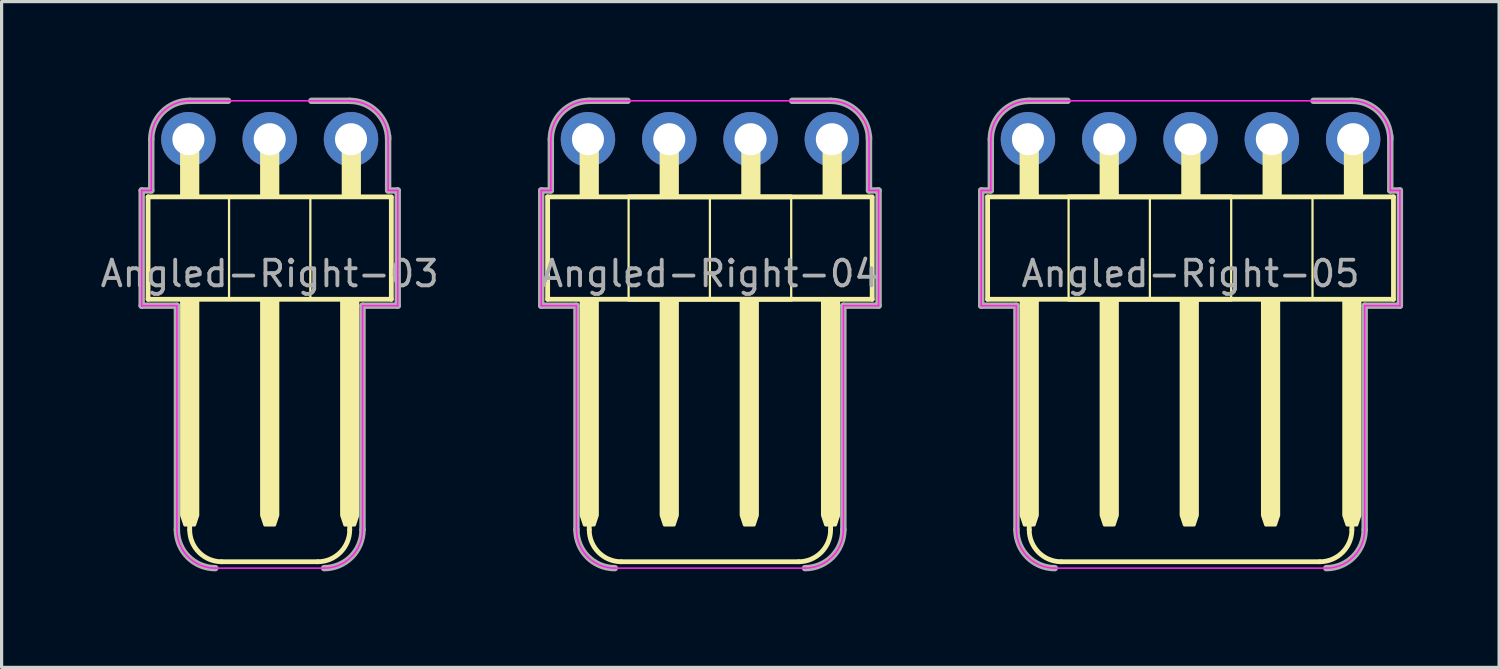
<source format=kicad_pcb>
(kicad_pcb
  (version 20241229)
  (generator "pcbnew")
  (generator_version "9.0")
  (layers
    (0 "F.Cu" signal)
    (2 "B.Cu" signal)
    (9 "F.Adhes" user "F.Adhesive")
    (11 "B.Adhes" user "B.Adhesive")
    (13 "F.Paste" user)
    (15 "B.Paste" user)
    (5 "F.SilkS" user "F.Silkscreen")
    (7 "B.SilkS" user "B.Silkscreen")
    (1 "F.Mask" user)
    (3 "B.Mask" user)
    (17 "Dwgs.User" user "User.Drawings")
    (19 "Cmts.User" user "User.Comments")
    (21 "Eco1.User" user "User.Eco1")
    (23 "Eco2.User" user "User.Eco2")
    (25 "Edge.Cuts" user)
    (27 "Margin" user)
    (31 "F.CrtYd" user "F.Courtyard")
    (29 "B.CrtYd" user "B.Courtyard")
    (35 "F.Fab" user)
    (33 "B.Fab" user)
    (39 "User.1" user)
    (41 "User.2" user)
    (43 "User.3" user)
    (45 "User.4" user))
  (footprint "Angled-Right-04"
    (layer "F.Cu")
    (at 19.129 1.3)
    (property "Reference" "Angled-Right-04" (at 0 4.2 180) (layer "F.Fab") (effects (font (size 0.8 0.8) (thickness 0.12))))
    (attr through_hole)
    (fp_line (start -5.07 1.8) (end -5.07 5) (stroke (width 0.15) (type solid)) (layer "F.SilkS"))
    (fp_line (start -5.07 1.8) (end 2.53 1.8) (stroke (width 0.15) (type solid)) (layer "F.SilkS"))
    (fp_line (start -5.07 5) (end 2.53 5) (stroke (width 0.15) (type solid)) (layer "F.SilkS"))
    (fp_line (start -3.77 5) (end -3.77 12.2) (stroke (width 0.15) (type solid)) (layer "F.SilkS"))
    (fp_line (start -2.77 13.2) (end 2.77 13.2) (stroke (width 0.15) (type solid)) (layer "F.SilkS"))
    (fp_line (start -2.54 1.8) (end -2.54 5) (stroke (width 0.07) (type solid)) (layer "F.SilkS"))
    (fp_line (start -2.53 1.8) (end 5.07 1.8) (stroke (width 0.15) (type solid)) (layer "F.SilkS"))
    (fp_line (start -2.53 5) (end 5.07 5) (stroke (width 0.15) (type solid)) (layer "F.SilkS"))
    (fp_line (start 0 1.8) (end 0 5) (stroke (width 0.07) (type solid)) (layer "F.SilkS"))
    (fp_line (start 2.54 1.8) (end 2.54 5) (stroke (width 0.07) (type solid)) (layer "F.SilkS"))
    (fp_line (start 3.77 5) (end 3.77 12.2) (stroke (width 0.15) (type solid)) (layer "F.SilkS"))
    (fp_line (start 5.07 1.831) (end 5.07 5) (stroke (width 0.15) (type solid)) (layer "F.SilkS"))
    (fp_arc (start -2.77 13.2) (mid -3.477107 12.907107) (end -3.77 12.2) (stroke (width 0.15) (type solid)) (layer "F.SilkS"))
    (fp_arc (start 3.77 12.2) (mid 3.477107 12.907107) (end 2.77 13.2) (stroke (width 0.15) (type solid)) (layer "F.SilkS"))
    (fp_poly (pts (xy -3.52 0) (xy -3.52 1.75) (xy -4.02 1.75) (xy -4.02 0) (xy -3.87 -0.15) (xy -3.67 -0.15)) (stroke (width 0.1) (type solid)) (fill yes) (layer "F.SilkS"))
    (fp_poly (pts (xy -3.52 11.75) (xy -3.62 12.05) (xy -3.92 12.05) (xy -4.02 11.75) (xy -4.02 5) (xy -3.52 5)) (stroke (width 0.1) (type solid)) (fill yes) (layer "F.SilkS"))
    (fp_poly (pts (xy -1.02 0.05) (xy -1.02 1.8) (xy -1.52 1.8) (xy -1.52 0.05) (xy -1.37 -0.1) (xy -1.17 -0.1)) (stroke (width 0.1) (type solid)) (fill yes) (layer "F.SilkS"))
    (fp_poly (pts (xy -1.02 11.75) (xy -1.12 12.05) (xy -1.42 12.05) (xy -1.52 11.75) (xy -1.52 5) (xy -1.02 5)) (stroke (width 0.1) (type solid)) (fill yes) (layer "F.SilkS"))
    (fp_poly (pts (xy 1.48 11.75) (xy 1.38 12.05) (xy 1.08 12.05) (xy 0.98 11.75) (xy 0.98 5) (xy 1.48 5)) (stroke (width 0.1) (type solid)) (fill yes) (layer "F.SilkS"))
    (fp_poly (pts (xy 1.53 0.05) (xy 1.53 1.8) (xy 1.03 1.8) (xy 1.03 0.05) (xy 1.18 -0.1) (xy 1.38 -0.1)) (stroke (width 0.1) (type solid)) (fill yes) (layer "F.SilkS"))
    (fp_poly (pts (xy 4.02 11.75) (xy 3.92 12.05) (xy 3.62 12.05) (xy 3.52 11.75) (xy 3.52 5) (xy 4.02 5)) (stroke (width 0.1) (type solid)) (fill yes) (layer "F.SilkS"))
    (fp_poly (pts (xy 4.07 0.05) (xy 4.07 1.8) (xy 3.57 1.8) (xy 3.57 0.05) (xy 3.72 -0.1) (xy 3.92 -0.1)) (stroke (width 0.1) (type solid)) (fill yes) (layer "F.SilkS"))
    (fp_line (start -5.27 5.2) (end -5.27 1.6) (stroke (width 0.05) (type solid)) (layer "F.CrtYd"))
    (fp_line (start -4.97 0) (end -4.97 1.6) (stroke (width 0.05) (type solid)) (layer "F.CrtYd"))
    (fp_line (start -4.97 1.6) (end -5.27 1.6) (stroke (width 0.05) (type solid)) (layer "F.CrtYd"))
    (fp_line (start -4.17 5.2) (end -5.27 5.2) (stroke (width 0.05) (type solid)) (layer "F.CrtYd"))
    (fp_line (start -4.17 5.2) (end -4.17 12.2) (stroke (width 0.05) (type solid)) (layer "F.CrtYd"))
    (fp_line (start -3.77 -1.2) (end 3.8 -1.2) (stroke (width 0.05) (type solid)) (layer "F.CrtYd"))
    (fp_line (start 2.97 13.4) (end -2.97 13.4) (stroke (width 0.05) (type solid)) (layer "F.CrtYd"))
    (fp_line (start 4.17 5.2) (end 4.17 12.2) (stroke (width 0.05) (type solid)) (layer "F.CrtYd"))
    (fp_line (start 4.97 1.6) (end 4.97 0) (stroke (width 0.05) (type solid)) (layer "F.CrtYd"))
    (fp_line (start 5.27 1.6) (end 4.97 1.6) (stroke (width 0.05) (type solid)) (layer "F.CrtYd"))
    (fp_line (start 5.27 5.2) (end 4.17 5.2) (stroke (width 0.05) (type solid)) (layer "F.CrtYd"))
    (fp_line (start 5.27 5.2) (end 5.27 1.6) (stroke (width 0.05) (type solid)) (layer "F.CrtYd"))
    (fp_arc (start -4.97 0) (mid -4.618528 -0.848528) (end -3.77 -1.2) (stroke (width 0.05) (type solid)) (layer "F.CrtYd"))
    (fp_arc (start -2.97 13.4) (mid -3.818528 13.048528) (end -4.17 12.2) (stroke (width 0.05) (type solid)) (layer "F.CrtYd"))
    (fp_arc (start 3.77 -1.2) (mid 4.618528 -0.848528) (end 4.97 0) (stroke (width 0.05) (type solid)) (layer "F.CrtYd"))
    (fp_arc (start 4.17 12.2) (mid 3.818528 13.048528) (end 2.97 13.4) (stroke (width 0.05) (type solid)) (layer "F.CrtYd"))
    (fp_line (start -5.27 1.6) (end -5.27 5.2) (stroke (width 0.2) (type solid)) (layer "F.Fab"))
    (fp_line (start -5.27 1.6) (end -4.97 1.6) (stroke (width 0.2) (type solid)) (layer "F.Fab"))
    (fp_line (start -5.27 5.2) (end -4.17 5.2) (stroke (width 0.2) (type solid)) (layer "F.Fab"))
    (fp_line (start -4.97 0) (end -4.97 1.6) (stroke (width 0.2) (type solid)) (layer "F.Fab"))
    (fp_line (start -4.17 5.2) (end -4.17 12.2) (stroke (width 0.2) (type solid)) (layer "F.Fab"))
    (fp_line (start -3.77 -1.2) (end -2.57 -1.2) (stroke (width 0.2) (type solid)) (layer "F.Fab"))
    (fp_line (start 2.57 -1.2) (end 3.77 -1.2) (stroke (width 0.2) (type solid)) (layer "F.Fab"))
    (fp_line (start 4.17 5.2) (end 4.17 12.2) (stroke (width 0.2) (type solid)) (layer "F.Fab"))
    (fp_line (start 4.17 5.2) (end 5.27 5.2) (stroke (width 0.2) (type solid)) (layer "F.Fab"))
    (fp_line (start 4.97 -0.1) (end 4.97 1.6) (stroke (width 0.2) (type solid)) (layer "F.Fab"))
    (fp_line (start 4.97 1.6) (end 5.27 1.6) (stroke (width 0.2) (type solid)) (layer "F.Fab"))
    (fp_line (start 5.27 1.6) (end 5.27 5.2) (stroke (width 0.2) (type solid)) (layer "F.Fab"))
    (fp_arc (start -4.97 0) (mid -4.618528 -0.848528) (end -3.77 -1.2) (stroke (width 0.2) (type solid)) (layer "F.Fab"))
    (fp_arc (start -2.97 13.4) (mid -3.818528 13.048528) (end -4.17 12.2) (stroke (width 0.2) (type solid)) (layer "F.Fab"))
    (fp_arc (start 3.77 -1.2) (mid 4.618528 -0.848528) (end 4.97 0) (stroke (width 0.2) (type solid)) (layer "F.Fab"))
    (fp_arc (start 4.17 12.2) (mid 3.818528 13.048528) (end 2.97 13.4) (stroke (width 0.2) (type solid)) (layer "F.Fab"))
    (pad "1" thru_hole circle (at -3.81 0 90) (size 1.7 1.7) (drill 1) (layers "*.Cu" "*.Mask"))
    (pad "2" thru_hole circle (at -1.27 0 90) (size 1.7 1.7) (drill 1) (layers "*.Cu" "*.Mask"))
    (pad "3" thru_hole circle (at 1.27 0 90) (size 1.7 1.7) (drill 1) (layers "*.Cu" "*.Mask"))
    (pad "4" thru_hole circle (at 3.81 0 90) (size 1.7 1.7) (drill 1) (layers "*.Cu" "*.Mask")))
  (footprint "Angled-Right-03"
    (layer "F.Cu")
    (at 5.376 1.3)
    (property "Reference" "Angled-Right-03" (at 0 4.2 180) (layer "F.Fab") (effects (font (size 0.8 0.8) (thickness 0.12))))
    (attr through_hole)
    (fp_line (start -3.8 1.8) (end -3.8 5) (stroke (width 0.15) (type solid)) (layer "F.SilkS"))
    (fp_line (start -3.8 1.8) (end 3.8 1.8) (stroke (width 0.15) (type solid)) (layer "F.SilkS"))
    (fp_line (start -3.8 5) (end 3.8 5) (stroke (width 0.15) (type solid)) (layer "F.SilkS"))
    (fp_line (start -2.5 5) (end -2.5 12.2) (stroke (width 0.15) (type solid)) (layer "F.SilkS"))
    (fp_line (start -1.5 13.2) (end 1.5 13.2) (stroke (width 0.15) (type solid)) (layer "F.SilkS"))
    (fp_line (start -1.27 1.8) (end -1.27 5) (stroke (width 0.07) (type solid)) (layer "F.SilkS"))
    (fp_line (start 1.27 1.8) (end 1.27 5) (stroke (width 0.07) (type solid)) (layer "F.SilkS"))
    (fp_line (start 2.5 5) (end 2.5 12.2) (stroke (width 0.15) (type solid)) (layer "F.SilkS"))
    (fp_line (start 3.8 1.831) (end 3.8 5) (stroke (width 0.15) (type solid)) (layer "F.SilkS"))
    (fp_arc (start -1.5 13.2) (mid -2.207107 12.907107) (end -2.5 12.2) (stroke (width 0.15) (type solid)) (layer "F.SilkS"))
    (fp_arc (start 2.5 12.2) (mid 2.207107 12.907107) (end 1.5 13.2) (stroke (width 0.15) (type solid)) (layer "F.SilkS"))
    (fp_poly (pts (xy -2.25 0) (xy -2.25 1.75) (xy -2.75 1.75) (xy -2.75 0) (xy -2.6 -0.15) (xy -2.4 -0.15)) (stroke (width 0.1) (type solid)) (fill yes) (layer "F.SilkS"))
    (fp_poly (pts (xy -2.25 11.75) (xy -2.35 12.05) (xy -2.65 12.05) (xy -2.75 11.75) (xy -2.75 5) (xy -2.25 5)) (stroke (width 0.1) (type solid)) (fill yes) (layer "F.SilkS"))
    (fp_poly (pts (xy 0.25 0.05) (xy 0.25 1.8) (xy -0.25 1.8) (xy -0.25 0.05) (xy -0.1 -0.1) (xy 0.1 -0.1)) (stroke (width 0.1) (type solid)) (fill yes) (layer "F.SilkS"))
    (fp_poly (pts (xy 0.25 11.75) (xy 0.15 12.05) (xy -0.15 12.05) (xy -0.25 11.75) (xy -0.25 5) (xy 0.25 5)) (stroke (width 0.1) (type solid)) (fill yes) (layer "F.SilkS"))
    (fp_poly (pts (xy 2.75 11.75) (xy 2.65 12.05) (xy 2.35 12.05) (xy 2.25 11.75) (xy 2.25 5) (xy 2.75 5)) (stroke (width 0.1) (type solid)) (fill yes) (layer "F.SilkS"))
    (fp_poly (pts (xy 2.8 0.05) (xy 2.8 1.8) (xy 2.3 1.8) (xy 2.3 0.05) (xy 2.45 -0.1) (xy 2.65 -0.1)) (stroke (width 0.1) (type solid)) (fill yes) (layer "F.SilkS"))
    (fp_line (start -4 5.2) (end -4 1.6) (stroke (width 0.05) (type solid)) (layer "F.CrtYd"))
    (fp_line (start -3.7 0) (end -3.7 1.6) (stroke (width 0.05) (type solid)) (layer "F.CrtYd"))
    (fp_line (start -3.7 1.6) (end -4 1.6) (stroke (width 0.05) (type solid)) (layer "F.CrtYd"))
    (fp_line (start -2.9 5.2) (end -4 5.2) (stroke (width 0.05) (type solid)) (layer "F.CrtYd"))
    (fp_line (start -2.9 5.2) (end -2.9 12.2) (stroke (width 0.05) (type solid)) (layer "F.CrtYd"))
    (fp_line (start -2.5 -1.2) (end 2.5 -1.2) (stroke (width 0.05) (type solid)) (layer "F.CrtYd"))
    (fp_line (start 1.7 13.4) (end -1.7 13.4) (stroke (width 0.05) (type solid)) (layer "F.CrtYd"))
    (fp_line (start 2.9 5.2) (end 2.9 12.2) (stroke (width 0.05) (type solid)) (layer "F.CrtYd"))
    (fp_line (start 3.7 1.6) (end 3.7 0) (stroke (width 0.05) (type solid)) (layer "F.CrtYd"))
    (fp_line (start 4 1.6) (end 3.7 1.6) (stroke (width 0.05) (type solid)) (layer "F.CrtYd"))
    (fp_line (start 4 5.2) (end 2.9 5.2) (stroke (width 0.05) (type solid)) (layer "F.CrtYd"))
    (fp_line (start 4 5.2) (end 4 1.6) (stroke (width 0.05) (type solid)) (layer "F.CrtYd"))
    (fp_arc (start -3.7 0) (mid -3.348528 -0.848528) (end -2.5 -1.2) (stroke (width 0.05) (type solid)) (layer "F.CrtYd"))
    (fp_arc (start -1.7 13.4) (mid -2.548528 13.048528) (end -2.9 12.2) (stroke (width 0.05) (type solid)) (layer "F.CrtYd"))
    (fp_arc (start 2.5 -1.2) (mid 3.348528 -0.848528) (end 3.7 0) (stroke (width 0.05) (type solid)) (layer "F.CrtYd"))
    (fp_arc (start 2.9 12.2) (mid 2.548528 13.048528) (end 1.7 13.4) (stroke (width 0.05) (type solid)) (layer "F.CrtYd"))
    (fp_line (start -4 1.6) (end -4 5.2) (stroke (width 0.2) (type solid)) (layer "F.Fab"))
    (fp_line (start -4 1.6) (end -3.7 1.6) (stroke (width 0.2) (type solid)) (layer "F.Fab"))
    (fp_line (start -4 5.2) (end -2.9 5.2) (stroke (width 0.2) (type solid)) (layer "F.Fab"))
    (fp_line (start -3.7 0) (end -3.7 1.6) (stroke (width 0.2) (type solid)) (layer "F.Fab"))
    (fp_line (start -2.9 5.2) (end -2.9 12.2) (stroke (width 0.2) (type solid)) (layer "F.Fab"))
    (fp_line (start -2.5 -1.2) (end -1.3 -1.2) (stroke (width 0.2) (type solid)) (layer "F.Fab"))
    (fp_line (start 1.3 -1.2) (end 2.5 -1.2) (stroke (width 0.2) (type solid)) (layer "F.Fab"))
    (fp_line (start 2.9 5.2) (end 2.9 12.2) (stroke (width 0.2) (type solid)) (layer "F.Fab"))
    (fp_line (start 2.9 5.2) (end 4 5.2) (stroke (width 0.2) (type solid)) (layer "F.Fab"))
    (fp_line (start 3.7 -0.1) (end 3.7 1.6) (stroke (width 0.2) (type solid)) (layer "F.Fab"))
    (fp_line (start 3.7 1.6) (end 4 1.6) (stroke (width 0.2) (type solid)) (layer "F.Fab"))
    (fp_line (start 4 1.6) (end 4 5.2) (stroke (width 0.2) (type solid)) (layer "F.Fab"))
    (fp_arc (start -3.7 0) (mid -3.348528 -0.848528) (end -2.5 -1.2) (stroke (width 0.2) (type solid)) (layer "F.Fab"))
    (fp_arc (start -1.7 13.4) (mid -2.548528 13.048528) (end -2.9 12.2) (stroke (width 0.2) (type solid)) (layer "F.Fab"))
    (fp_arc (start 2.5 -1.2) (mid 3.348528 -0.848528) (end 3.7 0) (stroke (width 0.2) (type solid)) (layer "F.Fab"))
    (fp_arc (start 2.9 12.2) (mid 2.548528 13.048528) (end 1.7 13.4) (stroke (width 0.2) (type solid)) (layer "F.Fab"))
    (pad "1" thru_hole circle (at -2.54 0 90) (size 1.7 1.7) (drill 1) (layers "*.Cu" "*.Mask"))
    (pad "2" thru_hole circle (at 0 0 90) (size 1.7 1.7) (drill 1) (layers "*.Cu" "*.Mask"))
    (pad "3" thru_hole circle (at 2.54 0 90) (size 1.7 1.7) (drill 1) (layers "*.Cu" "*.Mask")))
  (footprint "Angled-Right-05"
    (layer "F.Cu")
    (at 34.145 1.3)
    (property "Reference" "Angled-Right-05" (at 0 4.2 180) (layer "F.Fab") (effects (font (size 0.8 0.8) (thickness 0.12))))
    (attr through_hole)
    (fp_line (start -6.34 1.8) (end -6.34 5) (stroke (width 0.15) (type solid)) (layer "F.SilkS"))
    (fp_line (start -6.34 1.8) (end 1.26 1.8) (stroke (width 0.15) (type solid)) (layer "F.SilkS"))
    (fp_line (start -6.34 5) (end 1.26 5) (stroke (width 0.15) (type solid)) (layer "F.SilkS"))
    (fp_line (start -5.04 5) (end -5.04 12.2) (stroke (width 0.15) (type solid)) (layer "F.SilkS"))
    (fp_line (start -4.04 13.2) (end 4.04 13.2) (stroke (width 0.15) (type solid)) (layer "F.SilkS"))
    (fp_line (start -3.81 1.8) (end -3.81 5) (stroke (width 0.07) (type solid)) (layer "F.SilkS"))
    (fp_line (start -3.8 1.8) (end 6.34 1.8) (stroke (width 0.15) (type solid)) (layer "F.SilkS"))
    (fp_line (start -3.8 5) (end 6.34 5) (stroke (width 0.15) (type solid)) (layer "F.SilkS"))
    (fp_line (start -1.27 1.8) (end -1.27 5) (stroke (width 0.07) (type solid)) (layer "F.SilkS"))
    (fp_line (start 1.27 1.8) (end 1.27 5) (stroke (width 0.07) (type solid)) (layer "F.SilkS"))
    (fp_line (start 3.81 1.8) (end 3.81 5) (stroke (width 0.07) (type solid)) (layer "F.SilkS"))
    (fp_line (start 5.04 5) (end 5.04 12.2) (stroke (width 0.15) (type solid)) (layer "F.SilkS"))
    (fp_line (start 6.34 1.8) (end 6.34 5) (stroke (width 0.15) (type solid)) (layer "F.SilkS"))
    (fp_arc (start -4.04 13.2) (mid -4.747107 12.907107) (end -5.04 12.2) (stroke (width 0.15) (type solid)) (layer "F.SilkS"))
    (fp_arc (start 5.04 12.2) (mid 4.747107 12.907107) (end 4.04 13.2) (stroke (width 0.15) (type solid)) (layer "F.SilkS"))
    (fp_poly (pts (xy -4.79 0) (xy -4.79 1.75) (xy -5.29 1.75) (xy -5.29 0) (xy -5.14 -0.15) (xy -4.94 -0.15)) (stroke (width 0.1) (type solid)) (fill yes) (layer "F.SilkS"))
    (fp_poly (pts (xy -4.79 11.75) (xy -4.89 12.05) (xy -5.19 12.05) (xy -5.29 11.75) (xy -5.29 5) (xy -4.79 5)) (stroke (width 0.1) (type solid)) (fill yes) (layer "F.SilkS"))
    (fp_poly (pts (xy -2.29 0.05) (xy -2.29 1.8) (xy -2.79 1.8) (xy -2.79 0.05) (xy -2.64 -0.1) (xy -2.44 -0.1)) (stroke (width 0.1) (type solid)) (fill yes) (layer "F.SilkS"))
    (fp_poly (pts (xy -2.29 11.75) (xy -2.39 12.05) (xy -2.69 12.05) (xy -2.79 11.75) (xy -2.79 5) (xy -2.29 5)) (stroke (width 0.1) (type solid)) (fill yes) (layer "F.SilkS"))
    (fp_poly (pts (xy 0.21 11.75) (xy 0.11 12.05) (xy -0.19 12.05) (xy -0.29 11.75) (xy -0.29 5) (xy 0.21 5)) (stroke (width 0.1) (type solid)) (fill yes) (layer "F.SilkS"))
    (fp_poly (pts (xy 0.26 0.05) (xy 0.26 1.8) (xy -0.24 1.8) (xy -0.24 0.05) (xy -0.09 -0.1) (xy 0.11 -0.1)) (stroke (width 0.1) (type solid)) (fill yes) (layer "F.SilkS"))
    (fp_poly (pts (xy 2.75 11.75) (xy 2.65 12.05) (xy 2.35 12.05) (xy 2.25 11.75) (xy 2.25 5) (xy 2.75 5)) (stroke (width 0.1) (type solid)) (fill yes) (layer "F.SilkS"))
    (fp_poly (pts (xy 2.8 0.05) (xy 2.8 1.8) (xy 2.3 1.8) (xy 2.3 0.05) (xy 2.45 -0.1) (xy 2.65 -0.1)) (stroke (width 0.1) (type solid)) (fill yes) (layer "F.SilkS"))
    (fp_poly (pts (xy 5.29 11.75) (xy 5.19 12.05) (xy 4.89 12.05) (xy 4.79 11.75) (xy 4.79 5) (xy 5.29 5)) (stroke (width 0.1) (type solid)) (fill yes) (layer "F.SilkS"))
    (fp_poly (pts (xy 5.34 0.05) (xy 5.34 1.8) (xy 4.84 1.8) (xy 4.84 0.05) (xy 4.99 -0.1) (xy 5.19 -0.1)) (stroke (width 0.1) (type solid)) (fill yes) (layer "F.SilkS"))
    (fp_line (start -6.54 5.2) (end -6.54 1.6) (stroke (width 0.05) (type solid)) (layer "F.CrtYd"))
    (fp_line (start -6.24 0) (end -6.24 1.6) (stroke (width 0.05) (type solid)) (layer "F.CrtYd"))
    (fp_line (start -6.24 1.6) (end -6.54 1.6) (stroke (width 0.05) (type solid)) (layer "F.CrtYd"))
    (fp_line (start -5.44 5.2) (end -6.54 5.2) (stroke (width 0.05) (type solid)) (layer "F.CrtYd"))
    (fp_line (start -5.44 5.2) (end -5.44 12.2) (stroke (width 0.05) (type solid)) (layer "F.CrtYd"))
    (fp_line (start -5.04 -1.2) (end 5.04 -1.2) (stroke (width 0.05) (type solid)) (layer "F.CrtYd"))
    (fp_line (start 4.24 13.4) (end -4.24 13.4) (stroke (width 0.05) (type solid)) (layer "F.CrtYd"))
    (fp_line (start 5.44 5.2) (end 5.44 12.2) (stroke (width 0.05) (type solid)) (layer "F.CrtYd"))
    (fp_line (start 6.24 1.6) (end 6.24 0) (stroke (width 0.05) (type solid)) (layer "F.CrtYd"))
    (fp_line (start 6.54 1.6) (end 6.24 1.6) (stroke (width 0.05) (type solid)) (layer "F.CrtYd"))
    (fp_line (start 6.54 5.2) (end 5.44 5.2) (stroke (width 0.05) (type solid)) (layer "F.CrtYd"))
    (fp_line (start 6.54 5.2) (end 6.54 1.6) (stroke (width 0.05) (type solid)) (layer "F.CrtYd"))
    (fp_arc (start -6.24 0) (mid -5.888528 -0.848528) (end -5.04 -1.2) (stroke (width 0.05) (type solid)) (layer "F.CrtYd"))
    (fp_arc (start -4.24 13.4) (mid -5.088528 13.048528) (end -5.44 12.2) (stroke (width 0.05) (type solid)) (layer "F.CrtYd"))
    (fp_arc (start 5.04 -1.2) (mid 5.888528 -0.848528) (end 6.24 0) (stroke (width 0.05) (type solid)) (layer "F.CrtYd"))
    (fp_arc (start 5.44 12.2) (mid 5.088528 13.048528) (end 4.24 13.4) (stroke (width 0.05) (type solid)) (layer "F.CrtYd"))
    (fp_line (start -6.54 1.6) (end -6.54 5.2) (stroke (width 0.2) (type solid)) (layer "F.Fab"))
    (fp_line (start -6.54 1.6) (end -6.24 1.6) (stroke (width 0.2) (type solid)) (layer "F.Fab"))
    (fp_line (start -6.54 5.2) (end -5.44 5.2) (stroke (width 0.2) (type solid)) (layer "F.Fab"))
    (fp_line (start -6.24 0) (end -6.24 1.6) (stroke (width 0.2) (type solid)) (layer "F.Fab"))
    (fp_line (start -5.44 5.2) (end -5.44 12.2) (stroke (width 0.2) (type solid)) (layer "F.Fab"))
    (fp_line (start -5.04 -1.2) (end -3.84 -1.2) (stroke (width 0.2) (type solid)) (layer "F.Fab"))
    (fp_line (start 3.84 -1.2) (end 5.04 -1.2) (stroke (width 0.2) (type solid)) (layer "F.Fab"))
    (fp_line (start 5.44 5.2) (end 5.44 12.2) (stroke (width 0.2) (type solid)) (layer "F.Fab"))
    (fp_line (start 5.44 5.2) (end 6.54 5.2) (stroke (width 0.2) (type solid)) (layer "F.Fab"))
    (fp_line (start 6.24 -0.1) (end 6.24 1.6) (stroke (width 0.2) (type solid)) (layer "F.Fab"))
    (fp_line (start 6.24 1.6) (end 6.54 1.6) (stroke (width 0.2) (type solid)) (layer "F.Fab"))
    (fp_line (start 6.54 1.6) (end 6.54 5.2) (stroke (width 0.2) (type solid)) (layer "F.Fab"))
    (fp_arc (start -6.24 0) (mid -5.888528 -0.848528) (end -5.04 -1.2) (stroke (width 0.2) (type solid)) (layer "F.Fab"))
    (fp_arc (start -4.24 13.4) (mid -5.088528 13.048528) (end -5.44 12.2) (stroke (width 0.2) (type solid)) (layer "F.Fab"))
    (fp_arc (start 5.04 -1.2) (mid 5.888528 -0.848528) (end 6.24 0) (stroke (width 0.2) (type solid)) (layer "F.Fab"))
    (fp_arc (start 5.44 12.2) (mid 5.088528 13.048528) (end 4.24 13.4) (stroke (width 0.2) (type solid)) (layer "F.Fab"))
    (pad "1" thru_hole circle (at -5.08 0 90) (size 1.7 1.7) (drill 1) (layers "*.Cu" "*.Mask"))
    (pad "2" thru_hole circle (at -2.54 0 90) (size 1.7 1.7) (drill 1) (layers "*.Cu" "*.Mask"))
    (pad "3" thru_hole circle (at 0 0 90) (size 1.7 1.7) (drill 1) (layers "*.Cu" "*.Mask"))
    (pad "4" thru_hole circle (at 2.54 0 90) (size 1.7 1.7) (drill 1) (layers "*.Cu" "*.Mask"))
    (pad "5" thru_hole circle (at 5.08 0 90) (size 1.7 1.7) (drill 1) (layers "*.Cu" "*.Mask")))
  (gr_rect
    (start -3 -3)
    (end 43.785 17.8)
    (stroke (width 0.1) (type default))
    (fill no)
    (layer "Edge.Cuts")))
</source>
